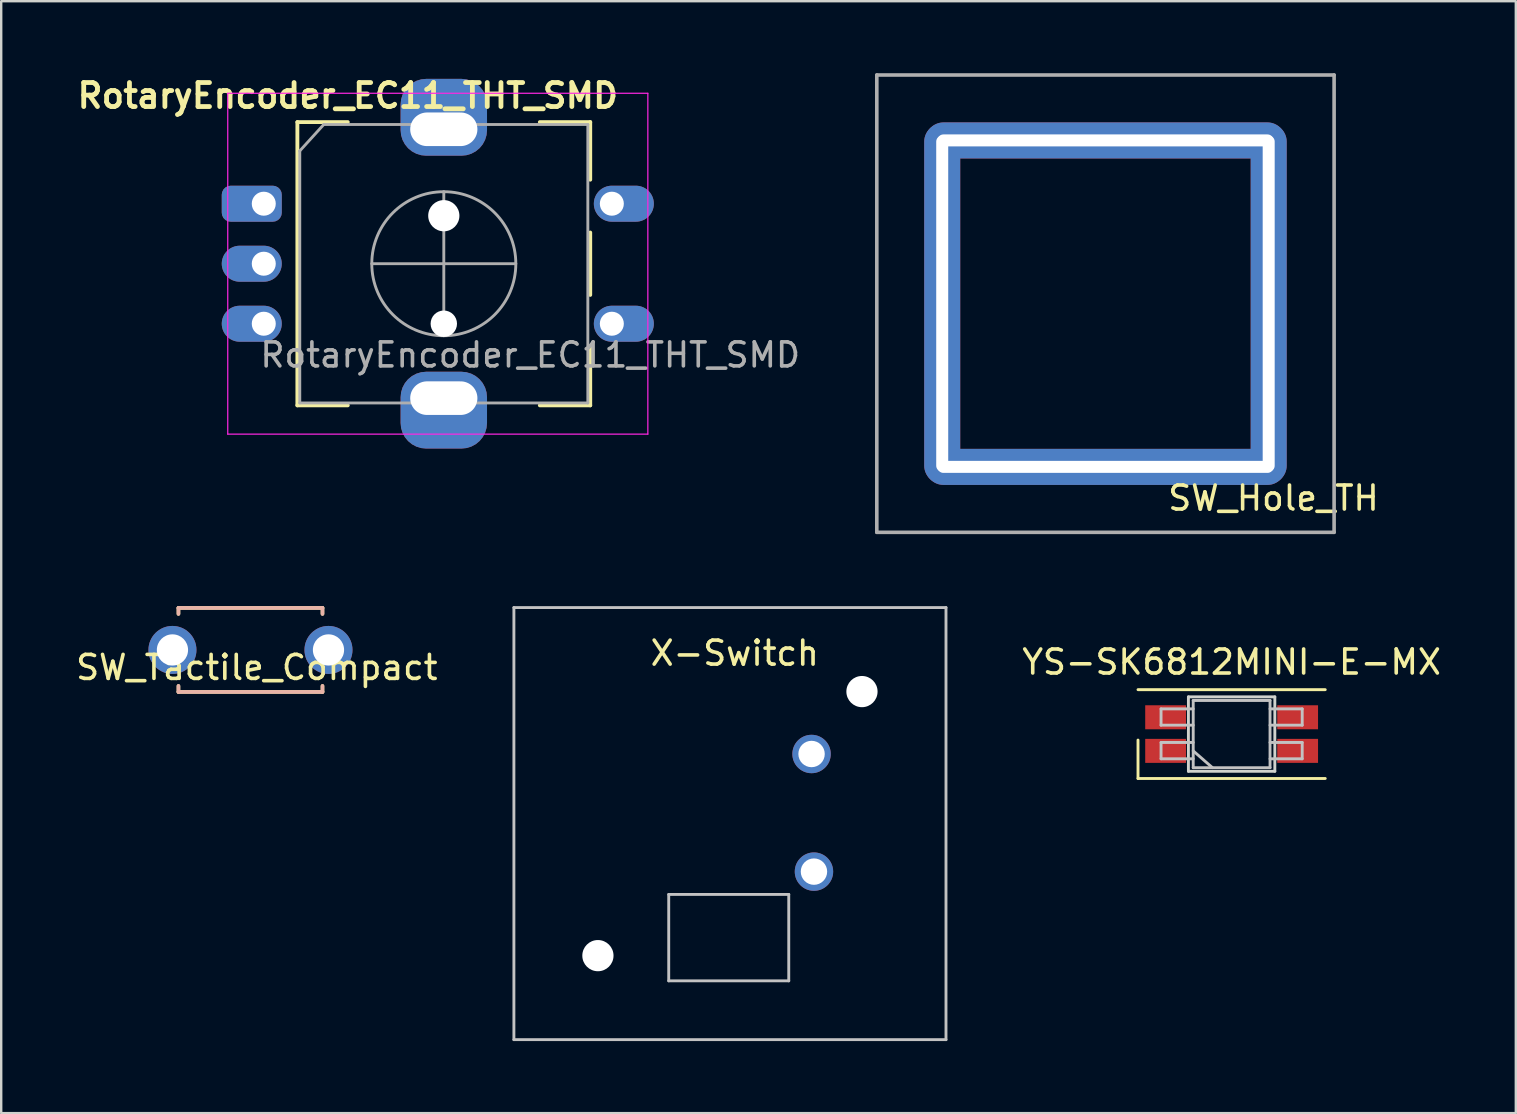
<source format=kicad_pcb>
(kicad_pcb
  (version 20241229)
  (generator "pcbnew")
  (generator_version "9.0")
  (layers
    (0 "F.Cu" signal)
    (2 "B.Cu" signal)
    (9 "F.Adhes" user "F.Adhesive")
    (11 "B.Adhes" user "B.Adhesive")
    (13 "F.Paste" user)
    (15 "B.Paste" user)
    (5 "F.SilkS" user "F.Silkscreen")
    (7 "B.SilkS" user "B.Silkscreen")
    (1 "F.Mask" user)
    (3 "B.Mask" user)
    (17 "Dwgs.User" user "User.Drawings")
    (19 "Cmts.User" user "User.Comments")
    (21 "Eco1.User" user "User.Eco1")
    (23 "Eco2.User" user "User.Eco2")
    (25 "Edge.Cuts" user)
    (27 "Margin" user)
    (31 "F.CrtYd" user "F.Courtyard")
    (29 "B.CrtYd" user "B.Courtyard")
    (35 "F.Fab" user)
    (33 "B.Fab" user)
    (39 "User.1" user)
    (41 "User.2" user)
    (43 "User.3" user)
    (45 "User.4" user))
  (footprint "YS-SK6812MINI-E-MX"
    (layer "F.Cu")
    (at 48.257 22.45)
    (property "Reference" "YS-SK6812MINI-E-MX" (at 0 2.08 0) (layer "F.SilkS") (effects (font (size 1 1) (thickness 0.15))))
    (attr through_hole)
    (fp_line (start -3.9 5.33) (end -3.9 6.93) (stroke (width 0.12) (type solid)) (layer "F.SilkS"))
    (fp_line (start -3.9 6.93) (end 3.9 6.93) (stroke (width 0.12) (type solid)) (layer "F.SilkS"))
    (fp_line (start 3.9 3.23) (end -3.9 3.23) (stroke (width 0.12) (type solid)) (layer "F.SilkS"))
    (fp_line (start -2.94 4.03) (end -2.94 4.71) (stroke (width 0.12) (type solid)) (layer "Dwgs.User"))
    (fp_line (start -2.94 4.71) (end -1.6 4.71) (stroke (width 0.12) (type solid)) (layer "Dwgs.User"))
    (fp_line (start -2.94 5.43) (end -2.94 6.11) (stroke (width 0.12) (type solid)) (layer "Dwgs.User"))
    (fp_line (start -2.94 6.11) (end -1.6 6.11) (stroke (width 0.12) (type solid)) (layer "Dwgs.User"))
    (fp_line (start -1.6 3.68) (end -1.6 6.48) (stroke (width 0.12) (type solid)) (layer "Dwgs.User"))
    (fp_line (start -1.6 3.68) (end 1.6 3.68) (stroke (width 0.12) (type solid)) (layer "Dwgs.User"))
    (fp_line (start -1.6 4.03) (end -2.94 4.03) (stroke (width 0.12) (type solid)) (layer "Dwgs.User"))
    (fp_line (start -1.6 5.43) (end -2.94 5.43) (stroke (width 0.12) (type solid)) (layer "Dwgs.User"))
    (fp_line (start -1.6 5.78) (end -0.8 6.48) (stroke (width 0.12) (type solid)) (layer "Dwgs.User"))
    (fp_line (start -1.6 6.48) (end 1.6 6.48) (stroke (width 0.12) (type solid)) (layer "Dwgs.User"))
    (fp_line (start 1.6 3.68) (end 1.6 6.48) (stroke (width 0.12) (type solid)) (layer "Dwgs.User"))
    (fp_line (start 1.6 4.71) (end 2.94 4.71) (stroke (width 0.12) (type solid)) (layer "Dwgs.User"))
    (fp_line (start 1.6 6.11) (end 2.94 6.11) (stroke (width 0.12) (type solid)) (layer "Dwgs.User"))
    (fp_line (start 2.94 4.03) (end 1.6 4.03) (stroke (width 0.12) (type solid)) (layer "Dwgs.User"))
    (fp_line (start 2.94 4.71) (end 2.94 4.03) (stroke (width 0.12) (type solid)) (layer "Dwgs.User"))
    (fp_line (start 2.94 5.43) (end 1.6 5.43) (stroke (width 0.12) (type solid)) (layer "Dwgs.User"))
    (fp_line (start 2.94 6.11) (end 2.94 5.43) (stroke (width 0.12) (type solid)) (layer "Dwgs.User"))
    (fp_line (start -1.8 3.53) (end -1.8 6.63) (stroke (width 0.12) (type solid)) (layer "Edge.Cuts"))
    (fp_line (start -1.8 6.63) (end 1.8 6.63) (stroke (width 0.12) (type solid)) (layer "Edge.Cuts"))
    (fp_line (start 1.8 3.53) (end -1.8 3.53) (stroke (width 0.12) (type solid)) (layer "Edge.Cuts"))
    (fp_line (start 1.8 6.63) (end 1.8 3.53) (stroke (width 0.12) (type solid)) (layer "Edge.Cuts"))
    (pad "1" smd rect (at 2.75 4.38) (size 1.7 1) (layers "F.Cu" "F.Mask" "F.Paste"))
    (pad "2" smd rect (at 2.75 5.78) (size 1.7 1) (layers "F.Cu" "F.Mask" "F.Paste"))
    (pad "3" smd rect (at -2.75 5.78) (size 1.7 1) (layers "F.Cu" "F.Mask" "F.Paste"))
    (pad "4" smd rect (at -2.75 4.38) (size 1.7 1) (layers "F.Cu" "F.Mask" "F.Paste")))
  (footprint "X-Switch"
    (layer "F.Cu")
    (at 27.358 31.26)
    (property "Reference" "X-Switch" (at 0.2 -7.1 0) (layer "F.SilkS") (effects (font (size 1 1) (thickness 0.15))))
    (attr through_hole)
    (fp_line (start -9 -9) (end 9 -9) (stroke (width 0.12) (type solid)) (layer "Dwgs.User"))
    (fp_line (start -9 9) (end -9 -9) (stroke (width 0.12) (type solid)) (layer "Dwgs.User"))
    (fp_line (start -2.55 2.95) (end -2.55 6.55) (stroke (width 0.12) (type solid)) (layer "Dwgs.User"))
    (fp_line (start -2.55 6.55) (end 2.45 6.55) (stroke (width 0.12) (type solid)) (layer "Dwgs.User"))
    (fp_line (start 2.45 2.95) (end -2.55 2.95) (stroke (width 0.12) (type solid)) (layer "Dwgs.User"))
    (fp_line (start 2.45 6.55) (end 2.45 2.95) (stroke (width 0.12) (type solid)) (layer "Dwgs.User"))
    (fp_line (start 9 -9) (end 9 9) (stroke (width 0.12) (type solid)) (layer "Dwgs.User"))
    (fp_line (start 9 9) (end -9 9) (stroke (width 0.12) (type solid)) (layer "Dwgs.User"))
    (fp_line (start -2.55 2.35) (end -2.55 -0.55) (stroke (width 0.12) (type solid)) (layer "Eco2.User"))
    (fp_line (start -1.95 -1.15) (end 1.95 -1.15) (stroke (width 0.12) (type solid)) (layer "Eco2.User"))
    (fp_line (start 1.95 2.95) (end -1.95 2.95) (stroke (width 0.12) (type solid)) (layer "Eco2.User"))
    (fp_line (start 2.55 -0.55) (end 2.55 2.35) (stroke (width 0.12) (type solid)) (layer "Eco2.User"))
    (fp_arc (start -2.55 -0.55) (mid -2.374264 -0.974264) (end -1.95 -1.15) (stroke (width 0.12) (type solid)) (layer "Eco2.User"))
    (fp_arc (start -1.95 2.95) (mid -2.374264 2.774264) (end -2.55 2.35) (stroke (width 0.12) (type solid)) (layer "Eco2.User"))
    (fp_arc (start 1.95 -1.15) (mid 2.374264 -0.974264) (end 2.55 -0.55) (stroke (width 0.12) (type solid)) (layer "Eco2.User"))
    (fp_arc (start 2.55 2.35) (mid 2.374264 2.774264) (end 1.95 2.95) (stroke (width 0.12) (type solid)) (layer "Eco2.User"))
    (pad "" np_thru_hole circle (at -5.5 5.5) (size 1.3 1.3) (drill 1.3) (layers "*.Cu" "*.Mask"))
    (pad "" np_thru_hole circle (at 5.5 -5.5) (size 1.3 1.3) (drill 1.3) (layers "*.Cu" "*.Mask"))
    (pad "1" thru_hole circle (at 3.4 -2.9) (size 1.6 1.6) (drill 1.1) (layers "*.Cu" "*.Mask"))
    (pad "2" thru_hole circle (at 3.5 2) (size 1.6 1.6) (drill 1.1) (layers "*.Cu" "*.Mask")))
  (footprint "SW_Hole_TH"
    (layer "F.Cu")
    (at 43.001 9.6)
    (property "Reference" "SW_Hole_TH" (at 7 8.1 0) (layer "F.SilkS") (effects (font (size 1 1) (thickness 0.15))))
    (attr through_hole)
    (fp_line (start -9.525 -9.525) (end -9.525 9.525) (stroke (width 0.15) (type solid)) (layer "F.Fab"))
    (fp_line (start -9.525 9.525) (end 9.525 9.525) (stroke (width 0.15) (type solid)) (layer "F.Fab"))
    (fp_line (start 9.525 -9.525) (end -9.525 -9.525) (stroke (width 0.15) (type solid)) (layer "F.Fab"))
    (fp_line (start 9.525 9.525) (end 9.525 -9.525) (stroke (width 0.15) (type solid)) (layer "F.Fab"))
    (pad "1" thru_hole oval (at -6.8 0) (size 1.5 15) (drill oval 0.5 14) (layers "*.Cu" "*.Mask"))
    (pad "1" thru_hole oval (at 0 -6.8 90) (size 1.5 15) (drill oval 0.5 14) (layers "*.Cu" "*.Mask"))
    (pad "1" thru_hole oval (at 0 6.8 90) (size 1.5 15) (drill oval 0.5 14) (layers "*.Cu" "*.Mask"))
    (pad "1" thru_hole oval (at 6.8 0) (size 1.5 15) (drill oval 0.5 14) (layers "*.Cu" "*.Mask")))
  (footprint "RotaryEncoder_EC11_THT_SMD"
    (layer "F.Cu")
    (at 15.438 7.936)
    (property "Reference" "RotaryEncoder_EC11_THT_SMD" (at -4 -7 0) (layer "F.SilkS") (effects (font (size 1 1) (thickness 0.2))))
    (attr through_hole)
    (fp_line (start -6.1 -5.9) (end -6.1 5.9) (stroke (width 0.16) (type solid)) (layer "F.SilkS"))
    (fp_line (start -4 -5.9) (end -6.1 -5.9) (stroke (width 0.16) (type solid)) (layer "F.SilkS"))
    (fp_line (start -4 5.9) (end -6.1 5.9) (stroke (width 0.16) (type solid)) (layer "F.SilkS"))
    (fp_line (start 4 -5.9) (end 6.1 -5.9) (stroke (width 0.16) (type solid)) (layer "F.SilkS"))
    (fp_line (start 6.1 -5.9) (end 6.1 -3.5) (stroke (width 0.16) (type solid)) (layer "F.SilkS"))
    (fp_line (start 6.1 -1.3) (end 6.1 1.3) (stroke (width 0.16) (type solid)) (layer "F.SilkS"))
    (fp_line (start 6.1 3.5) (end 6.1 5.9) (stroke (width 0.16) (type solid)) (layer "F.SilkS"))
    (fp_line (start 6.1 5.9) (end 4 5.9) (stroke (width 0.16) (type solid)) (layer "F.SilkS"))
    (fp_line (start -9 -7.1) (end -9 7.1) (stroke (width 0.05) (type solid)) (layer "F.CrtYd"))
    (fp_line (start -9 -7.1) (end 8.5 -7.1) (stroke (width 0.05) (type solid)) (layer "F.CrtYd"))
    (fp_line (start 8.5 7.1) (end -9 7.1) (stroke (width 0.05) (type solid)) (layer "F.CrtYd"))
    (fp_line (start 8.5 7.1) (end 8.5 -7.1) (stroke (width 0.05) (type solid)) (layer "F.CrtYd"))
    (fp_line (start -6 -4.7) (end -5 -5.8) (stroke (width 0.12) (type solid)) (layer "F.Fab"))
    (fp_line (start -6 5.8) (end -6 -4.7) (stroke (width 0.12) (type solid)) (layer "F.Fab"))
    (fp_line (start -5 -5.8) (end 6 -5.8) (stroke (width 0.12) (type solid)) (layer "F.Fab"))
    (fp_line (start -3 0) (end 3 0) (stroke (width 0.12) (type solid)) (layer "F.Fab"))
    (fp_line (start 0 -3) (end 0 3) (stroke (width 0.12) (type solid)) (layer "F.Fab"))
    (fp_line (start 6 -5.8) (end 6 5.8) (stroke (width 0.12) (type solid)) (layer "F.Fab"))
    (fp_line (start 6 5.8) (end -6 5.8) (stroke (width 0.12) (type solid)) (layer "F.Fab"))
    (fp_circle (center 0 0) (end 3 0) (stroke (width 0.12) (type solid)) (fill no) (layer "F.Fab"))
    (fp_text user "${REFERENCE}" (at 3.6 3.8 0) (layer "F.Fab") (effects (font (size 1 1) (thickness 0.15))))
    (pad "" np_thru_hole circle (at 0 -2) (size 1.3 1.3) (drill 1.3) (layers "*.Cu" "*.Mask"))
    (pad "" np_thru_hole circle (at 0 2.5) (size 1.1 1.1) (drill 1.1) (layers "*.Cu" "*.Mask"))
    (pad "A" thru_hole roundrect (at -7.5 -2.5) (size 2.5 1.5) (drill 1 (offset -0.5 0)) (layers "*.Cu" "*.Mask") (roundrect_rratio 0.25))
    (pad "B" thru_hole oval (at -7.5 2.5) (size 2.5 1.5) (drill 1 (offset -0.5 0)) (layers "*.Cu" "*.Mask"))
    (pad "C" thru_hole oval (at -7.5 0) (size 2.5 1.5) (drill 1 (offset -0.5 0)) (layers "*.Cu" "*.Mask"))
    (pad "MP" thru_hole roundrect (at 0 -5.6) (size 3.6 3.2) (drill oval 2.8 1.4 (offset 0 -0.5)) (layers "*.Cu" "*.Mask") (roundrect_rratio 0.333))
    (pad "MP" thru_hole roundrect (at 0 5.6) (size 3.6 3.2) (drill oval 2.8 1.4 (offset 0 0.5)) (layers "*.Cu" "*.Mask") (roundrect_rratio 0.333))
    (pad "S1" thru_hole oval (at 7 2.5) (size 2.5 1.5) (drill 1 (offset 0.5 0)) (layers "*.Cu" "*.Mask"))
    (pad "S2" thru_hole oval (at 7 -2.5) (size 2.5 1.5) (drill 1 (offset 0.5 0)) (layers "*.Cu" "*.Mask")))
  (footprint "SW_Tactile_Compact"
    (layer "F.Cu")
    (at 7.384 24.025)
    (property "Reference" "SW_Tactile_Compact" (at 0.265 0.73 0) (layer "F.SilkS") (effects (font (size 1 1) (thickness 0.15))))
    (attr through_hole)
    (fp_line (start -3 -1.75) (end -3 -1.5) (stroke (width 0.15) (type solid)) (layer "F.SilkS"))
    (fp_line (start -3 -1.75) (end 3 -1.75) (stroke (width 0.15) (type solid)) (layer "F.SilkS"))
    (fp_line (start -3 1.75) (end -3 1.5) (stroke (width 0.15) (type solid)) (layer "F.SilkS"))
    (fp_line (start -3 1.75) (end 3 1.75) (stroke (width 0.15) (type solid)) (layer "F.SilkS"))
    (fp_line (start 3 -1.75) (end 3 -1.5) (stroke (width 0.15) (type solid)) (layer "F.SilkS"))
    (fp_line (start 3 1.75) (end 3 1.5) (stroke (width 0.15) (type solid)) (layer "F.SilkS"))
    (fp_line (start -3 -1.75) (end 3 -1.75) (stroke (width 0.15) (type solid)) (layer "B.SilkS"))
    (fp_line (start -3 -1.5) (end -3 -1.75) (stroke (width 0.15) (type solid)) (layer "B.SilkS"))
    (fp_line (start -3 1.75) (end -3 1.5) (stroke (width 0.15) (type solid)) (layer "B.SilkS"))
    (fp_line (start 3 -1.75) (end 3 -1.5) (stroke (width 0.15) (type solid)) (layer "B.SilkS"))
    (fp_line (start 3 1.5) (end 3 1.75) (stroke (width 0.15) (type solid)) (layer "B.SilkS"))
    (fp_line (start 3 1.75) (end -3 1.75) (stroke (width 0.15) (type solid)) (layer "B.SilkS"))
    (pad "1" thru_hole circle (at 3.25 0) (size 2 2) (drill 1.3) (layers "*.Cu" "*.Mask"))
    (pad "2" thru_hole circle (at -3.25 0) (size 2 2) (drill 1.3) (layers "*.Cu" "*.Mask")))
  (gr_rect
    (start -3 -3)
    (end 60.096 43.32)
    (stroke (width 0.1) (type default))
    (fill no)
    (layer "Edge.Cuts")))
</source>
